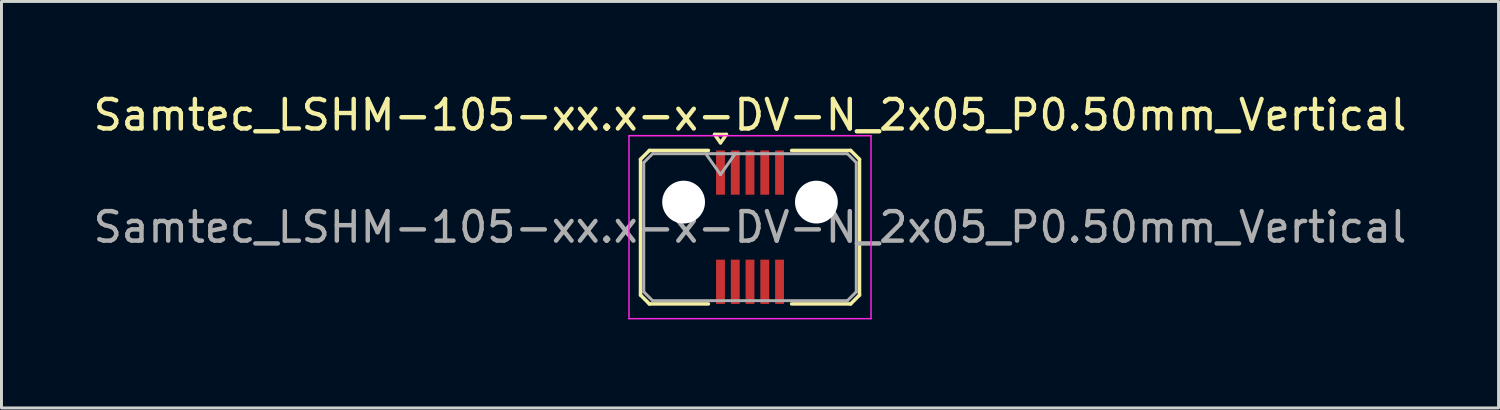
<source format=kicad_pcb>
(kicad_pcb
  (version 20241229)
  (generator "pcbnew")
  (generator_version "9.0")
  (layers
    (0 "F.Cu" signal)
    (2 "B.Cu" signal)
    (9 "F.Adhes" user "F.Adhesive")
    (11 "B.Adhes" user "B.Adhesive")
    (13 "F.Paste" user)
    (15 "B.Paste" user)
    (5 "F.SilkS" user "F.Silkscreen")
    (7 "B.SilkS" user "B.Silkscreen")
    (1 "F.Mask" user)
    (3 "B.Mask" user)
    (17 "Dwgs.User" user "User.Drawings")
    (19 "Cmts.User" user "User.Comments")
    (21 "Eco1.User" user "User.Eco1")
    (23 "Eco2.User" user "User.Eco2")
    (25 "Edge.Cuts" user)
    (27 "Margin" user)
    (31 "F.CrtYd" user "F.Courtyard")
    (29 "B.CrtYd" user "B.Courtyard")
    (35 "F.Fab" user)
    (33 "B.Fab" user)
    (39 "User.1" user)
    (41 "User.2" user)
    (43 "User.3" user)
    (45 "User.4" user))
  (footprint "Samtec_LSHM-105-xx.x-x-DV-N_2x05_P0.50mm_Vertical"
    (layer "F.Cu")
    (at 22.363 4.648)
    (property "Reference" "Samtec_LSHM-105-xx.x-x-DV-N_2x05_P0.50mm_Vertical" (at 0 -3.8 0) (layer "F.SilkS") (effects (font (size 1 1) (thickness 0.15))))
    (attr smd)
    (fp_line (start -3.71 -2.3) (end -3.71 2.3) (stroke (width 0.12) (type solid)) (layer "F.SilkS"))
    (fp_line (start -3.71 2.3) (end -3.41 2.6) (stroke (width 0.12) (type solid)) (layer "F.SilkS"))
    (fp_line (start -3.41 -2.6) (end -3.71 -2.3) (stroke (width 0.12) (type solid)) (layer "F.SilkS"))
    (fp_line (start -3.41 2.6) (end -1.41 2.6) (stroke (width 0.12) (type solid)) (layer "F.SilkS"))
    (fp_line (start -1.41 -2.6) (end -3.41 -2.6) (stroke (width 0.12) (type solid)) (layer "F.SilkS"))
    (fp_line (start -1.2 -3.143) (end -0.8 -3.143) (stroke (width 0.12) (type solid)) (layer "F.SilkS"))
    (fp_line (start -1 -2.86) (end -1.2 -3.143) (stroke (width 0.12) (type solid)) (layer "F.SilkS"))
    (fp_line (start -0.8 -3.143) (end -1 -2.86) (stroke (width 0.12) (type solid)) (layer "F.SilkS"))
    (fp_line (start 1.41 -2.6) (end 3.41 -2.6) (stroke (width 0.12) (type solid)) (layer "F.SilkS"))
    (fp_line (start 3.41 -2.6) (end 3.71 -2.3) (stroke (width 0.12) (type solid)) (layer "F.SilkS"))
    (fp_line (start 3.41 2.6) (end 1.41 2.6) (stroke (width 0.12) (type solid)) (layer "F.SilkS"))
    (fp_line (start 3.71 -2.3) (end 3.71 2.3) (stroke (width 0.12) (type solid)) (layer "F.SilkS"))
    (fp_line (start 3.71 2.3) (end 3.41 2.6) (stroke (width 0.12) (type solid)) (layer "F.SilkS"))
    (fp_line (start -4.1 -3.1) (end -4.1 3.1) (stroke (width 0.05) (type solid)) (layer "F.CrtYd"))
    (fp_line (start -4.1 3.1) (end 4.1 3.1) (stroke (width 0.05) (type solid)) (layer "F.CrtYd"))
    (fp_line (start 4.1 -3.1) (end -4.1 -3.1) (stroke (width 0.05) (type solid)) (layer "F.CrtYd"))
    (fp_line (start 4.1 3.1) (end 4.1 -3.1) (stroke (width 0.05) (type solid)) (layer "F.CrtYd"))
    (fp_line (start -3.6 -2.19) (end -3.6 2.19) (stroke (width 0.1) (type solid)) (layer "F.Fab"))
    (fp_line (start -3.6 2.19) (end -3.3 2.49) (stroke (width 0.1) (type solid)) (layer "F.Fab"))
    (fp_line (start -3.3 -2.49) (end -3.6 -2.19) (stroke (width 0.1) (type solid)) (layer "F.Fab"))
    (fp_line (start -3.3 2.49) (end 0 2.49) (stroke (width 0.1) (type solid)) (layer "F.Fab"))
    (fp_line (start -1.5 -2.49) (end -1 -1.783) (stroke (width 0.1) (type solid)) (layer "F.Fab"))
    (fp_line (start -1 -1.783) (end -0.5 -2.49) (stroke (width 0.1) (type solid)) (layer "F.Fab"))
    (fp_line (start 0 -2.49) (end -3.3 -2.49) (stroke (width 0.1) (type solid)) (layer "F.Fab"))
    (fp_line (start 0 -2.49) (end 3.3 -2.49) (stroke (width 0.1) (type solid)) (layer "F.Fab"))
    (fp_line (start 3.3 -2.49) (end 3.6 -2.19) (stroke (width 0.1) (type solid)) (layer "F.Fab"))
    (fp_line (start 3.3 2.49) (end 0 2.49) (stroke (width 0.1) (type solid)) (layer "F.Fab"))
    (fp_line (start 3.6 -2.19) (end 3.6 2.19) (stroke (width 0.1) (type solid)) (layer "F.Fab"))
    (fp_line (start 3.6 2.19) (end 3.3 2.49) (stroke (width 0.1) (type solid)) (layer "F.Fab"))
    (fp_text user "${REFERENCE}" (at 0 0 0) (layer "F.Fab") (effects (font (size 1 1) (thickness 0.15))))
    (pad "" np_thru_hole circle (at -2.25 -0.85) (size 1.45 1.45) (drill 1.45) (layers "*.Cu" "*.Mask"))
    (pad "" np_thru_hole circle (at 2.25 -0.85) (size 1.45 1.45) (drill 1.45) (layers "*.Cu" "*.Mask"))
    (pad "1" smd rect (at -1 -1.85) (size 0.3 1.5) (layers "F.Cu" "F.Mask" "F.Paste"))
    (pad "2" smd rect (at -1 1.85) (size 0.3 1.5) (layers "F.Cu" "F.Mask" "F.Paste"))
    (pad "3" smd rect (at -0.5 -1.85) (size 0.3 1.5) (layers "F.Cu" "F.Mask" "F.Paste"))
    (pad "4" smd rect (at -0.5 1.85) (size 0.3 1.5) (layers "F.Cu" "F.Mask" "F.Paste"))
    (pad "5" smd rect (at 0 -1.85) (size 0.3 1.5) (layers "F.Cu" "F.Mask" "F.Paste"))
    (pad "6" smd rect (at 0 1.85) (size 0.3 1.5) (layers "F.Cu" "F.Mask" "F.Paste"))
    (pad "7" smd rect (at 0.5 -1.85) (size 0.3 1.5) (layers "F.Cu" "F.Mask" "F.Paste"))
    (pad "8" smd rect (at 0.5 1.85) (size 0.3 1.5) (layers "F.Cu" "F.Mask" "F.Paste"))
    (pad "9" smd rect (at 1 -1.85) (size 0.3 1.5) (layers "F.Cu" "F.Mask" "F.Paste"))
    (pad "10" smd rect (at 1 1.85) (size 0.3 1.5) (layers "F.Cu" "F.Mask" "F.Paste")))
  (gr_rect
    (start -3 -3)
    (end 47.726 10.773)
    (stroke (width 0.1) (type default))
    (fill no)
    (layer "Edge.Cuts")))
</source>
